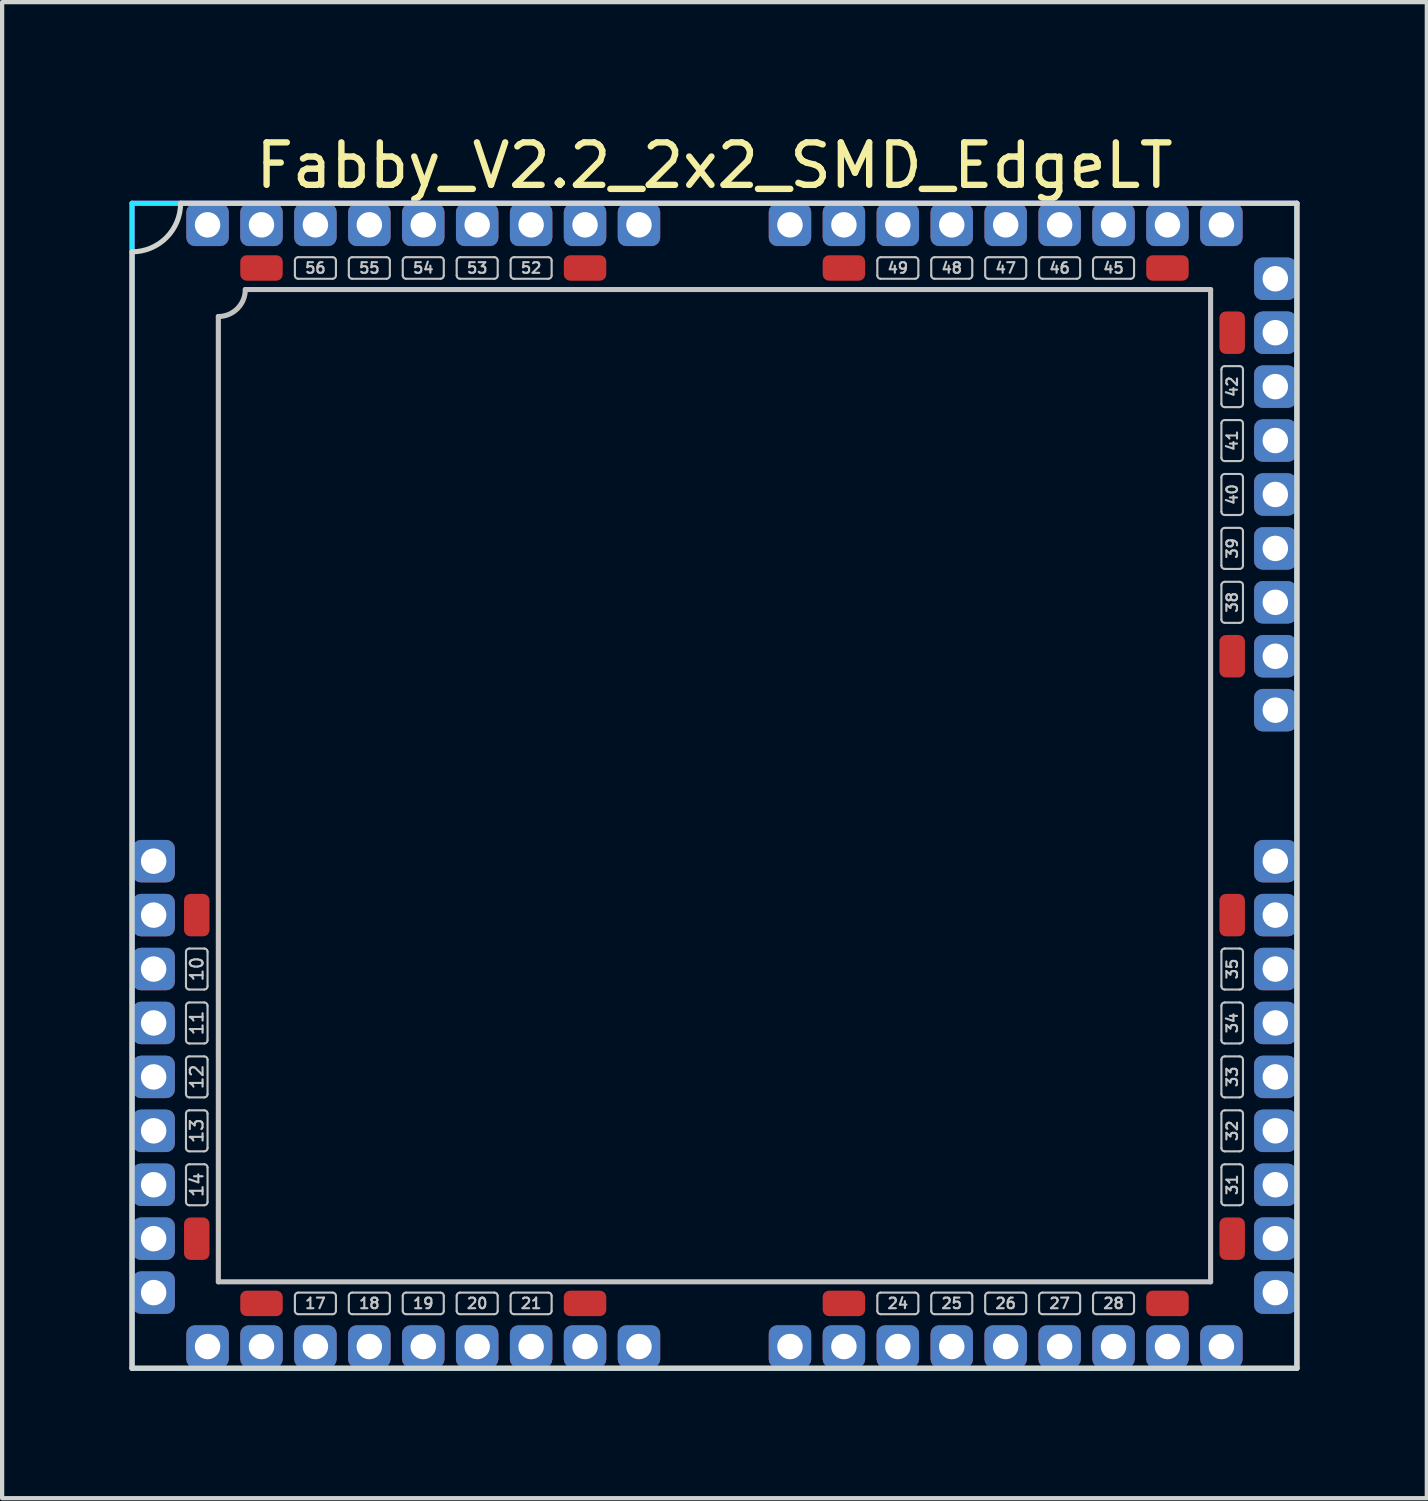
<source format=kicad_pcb>
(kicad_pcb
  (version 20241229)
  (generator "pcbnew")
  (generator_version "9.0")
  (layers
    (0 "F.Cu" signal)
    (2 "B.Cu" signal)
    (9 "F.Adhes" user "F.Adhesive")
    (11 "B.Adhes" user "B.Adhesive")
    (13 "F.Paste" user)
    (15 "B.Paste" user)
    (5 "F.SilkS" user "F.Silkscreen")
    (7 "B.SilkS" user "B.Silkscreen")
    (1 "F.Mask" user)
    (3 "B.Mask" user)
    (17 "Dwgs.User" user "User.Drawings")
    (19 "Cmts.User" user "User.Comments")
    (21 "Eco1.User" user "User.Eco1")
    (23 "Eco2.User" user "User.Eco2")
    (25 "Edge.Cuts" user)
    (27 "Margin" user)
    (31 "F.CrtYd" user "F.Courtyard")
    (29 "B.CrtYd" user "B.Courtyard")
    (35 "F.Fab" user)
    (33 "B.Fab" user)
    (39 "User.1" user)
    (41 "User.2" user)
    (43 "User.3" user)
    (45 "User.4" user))
  (footprint "Fabby_V2.2_2x2_SMD_EdgeLT"
    (layer "F.Cu")
    (at 13.776 15.453)
    (property "Reference" "Fabby_V2.2_2x2_SMD_EdgeLT" (at 0 -14.605 0) (layer "F.SilkS") (effects (font (size 1 1) (thickness 0.15))))
    (attr through_hole)
    (fp_line (start -12.446 4.724) (end -12.446 3.912) (stroke (width 0.05) (type solid)) (layer "Dwgs.User"))
    (fp_line (start -12.446 5.994) (end -12.446 5.182) (stroke (width 0.05) (type solid)) (layer "Dwgs.User"))
    (fp_line (start -12.446 7.264) (end -12.446 6.452) (stroke (width 0.05) (type solid)) (layer "Dwgs.User"))
    (fp_line (start -12.446 8.534) (end -12.446 7.722) (stroke (width 0.05) (type solid)) (layer "Dwgs.User"))
    (fp_line (start -12.446 9.804) (end -12.446 8.992) (stroke (width 0.05) (type solid)) (layer "Dwgs.User"))
    (fp_line (start -12.37 3.835) (end -12.014 3.835) (stroke (width 0.05) (type solid)) (layer "Dwgs.User"))
    (fp_line (start -12.37 4.801) (end -12.014 4.801) (stroke (width 0.05) (type solid)) (layer "Dwgs.User"))
    (fp_line (start -12.37 5.105) (end -12.014 5.105) (stroke (width 0.05) (type solid)) (layer "Dwgs.User"))
    (fp_line (start -12.37 6.071) (end -12.014 6.071) (stroke (width 0.05) (type solid)) (layer "Dwgs.User"))
    (fp_line (start -12.37 6.375) (end -12.014 6.375) (stroke (width 0.05) (type solid)) (layer "Dwgs.User"))
    (fp_line (start -12.37 7.341) (end -12.014 7.341) (stroke (width 0.05) (type solid)) (layer "Dwgs.User"))
    (fp_line (start -12.37 7.645) (end -12.014 7.645) (stroke (width 0.05) (type solid)) (layer "Dwgs.User"))
    (fp_line (start -12.37 8.611) (end -12.014 8.611) (stroke (width 0.05) (type solid)) (layer "Dwgs.User"))
    (fp_line (start -12.37 8.915) (end -12.014 8.915) (stroke (width 0.05) (type solid)) (layer "Dwgs.User"))
    (fp_line (start -12.37 9.881) (end -12.014 9.881) (stroke (width 0.05) (type solid)) (layer "Dwgs.User"))
    (fp_line (start -11.938 4.724) (end -11.938 3.912) (stroke (width 0.05) (type solid)) (layer "Dwgs.User"))
    (fp_line (start -11.938 5.994) (end -11.938 5.182) (stroke (width 0.05) (type solid)) (layer "Dwgs.User"))
    (fp_line (start -11.938 7.264) (end -11.938 6.452) (stroke (width 0.05) (type solid)) (layer "Dwgs.User"))
    (fp_line (start -11.938 8.534) (end -11.938 7.722) (stroke (width 0.05) (type solid)) (layer "Dwgs.User"))
    (fp_line (start -11.938 9.804) (end -11.938 8.992) (stroke (width 0.05) (type solid)) (layer "Dwgs.User"))
    (fp_line (start -11.684 11.684) (end -11.684 -11.049) (stroke (width 0.12) (type solid)) (layer "Dwgs.User"))
    (fp_line (start -11.049 -11.684) (end 11.684 -11.684) (stroke (width 0.12) (type solid)) (layer "Dwgs.User"))
    (fp_line (start -9.881 -12.014) (end -9.881 -12.37) (stroke (width 0.05) (type solid)) (layer "Dwgs.User"))
    (fp_line (start -9.881 12.37) (end -9.881 12.014) (stroke (width 0.05) (type solid)) (layer "Dwgs.User"))
    (fp_line (start -8.992 -12.446) (end -9.804 -12.446) (stroke (width 0.05) (type solid)) (layer "Dwgs.User"))
    (fp_line (start -8.992 -11.938) (end -9.804 -11.938) (stroke (width 0.05) (type solid)) (layer "Dwgs.User"))
    (fp_line (start -8.992 11.938) (end -9.804 11.938) (stroke (width 0.05) (type solid)) (layer "Dwgs.User"))
    (fp_line (start -8.992 12.446) (end -9.804 12.446) (stroke (width 0.05) (type solid)) (layer "Dwgs.User"))
    (fp_line (start -8.915 -12.014) (end -8.915 -12.37) (stroke (width 0.05) (type solid)) (layer "Dwgs.User"))
    (fp_line (start -8.915 12.37) (end -8.915 12.014) (stroke (width 0.05) (type solid)) (layer "Dwgs.User"))
    (fp_line (start -8.611 -12.014) (end -8.611 -12.37) (stroke (width 0.05) (type solid)) (layer "Dwgs.User"))
    (fp_line (start -8.611 12.37) (end -8.611 12.014) (stroke (width 0.05) (type solid)) (layer "Dwgs.User"))
    (fp_line (start -7.722 -12.446) (end -8.534 -12.446) (stroke (width 0.05) (type solid)) (layer "Dwgs.User"))
    (fp_line (start -7.722 -11.938) (end -8.534 -11.938) (stroke (width 0.05) (type solid)) (layer "Dwgs.User"))
    (fp_line (start -7.722 11.938) (end -8.534 11.938) (stroke (width 0.05) (type solid)) (layer "Dwgs.User"))
    (fp_line (start -7.722 12.446) (end -8.534 12.446) (stroke (width 0.05) (type solid)) (layer "Dwgs.User"))
    (fp_line (start -7.645 -12.014) (end -7.645 -12.37) (stroke (width 0.05) (type solid)) (layer "Dwgs.User"))
    (fp_line (start -7.645 12.37) (end -7.645 12.014) (stroke (width 0.05) (type solid)) (layer "Dwgs.User"))
    (fp_line (start -7.341 -12.014) (end -7.341 -12.37) (stroke (width 0.05) (type solid)) (layer "Dwgs.User"))
    (fp_line (start -7.341 12.37) (end -7.341 12.014) (stroke (width 0.05) (type solid)) (layer "Dwgs.User"))
    (fp_line (start -6.452 -12.446) (end -7.264 -12.446) (stroke (width 0.05) (type solid)) (layer "Dwgs.User"))
    (fp_line (start -6.452 -11.938) (end -7.264 -11.938) (stroke (width 0.05) (type solid)) (layer "Dwgs.User"))
    (fp_line (start -6.452 11.938) (end -7.264 11.938) (stroke (width 0.05) (type solid)) (layer "Dwgs.User"))
    (fp_line (start -6.452 12.446) (end -7.264 12.446) (stroke (width 0.05) (type solid)) (layer "Dwgs.User"))
    (fp_line (start -6.375 -12.014) (end -6.375 -12.37) (stroke (width 0.05) (type solid)) (layer "Dwgs.User"))
    (fp_line (start -6.375 12.37) (end -6.375 12.014) (stroke (width 0.05) (type solid)) (layer "Dwgs.User"))
    (fp_line (start -6.071 -12.014) (end -6.071 -12.37) (stroke (width 0.05) (type solid)) (layer "Dwgs.User"))
    (fp_line (start -6.071 12.37) (end -6.071 12.014) (stroke (width 0.05) (type solid)) (layer "Dwgs.User"))
    (fp_line (start -5.182 -12.446) (end -5.994 -12.446) (stroke (width 0.05) (type solid)) (layer "Dwgs.User"))
    (fp_line (start -5.182 -11.938) (end -5.994 -11.938) (stroke (width 0.05) (type solid)) (layer "Dwgs.User"))
    (fp_line (start -5.182 11.938) (end -5.994 11.938) (stroke (width 0.05) (type solid)) (layer "Dwgs.User"))
    (fp_line (start -5.182 12.446) (end -5.994 12.446) (stroke (width 0.05) (type solid)) (layer "Dwgs.User"))
    (fp_line (start -5.105 -12.014) (end -5.105 -12.37) (stroke (width 0.05) (type solid)) (layer "Dwgs.User"))
    (fp_line (start -5.105 12.37) (end -5.105 12.014) (stroke (width 0.05) (type solid)) (layer "Dwgs.User"))
    (fp_line (start -4.801 -12.014) (end -4.801 -12.37) (stroke (width 0.05) (type solid)) (layer "Dwgs.User"))
    (fp_line (start -4.801 12.37) (end -4.801 12.014) (stroke (width 0.05) (type solid)) (layer "Dwgs.User"))
    (fp_line (start -3.912 -12.446) (end -4.724 -12.446) (stroke (width 0.05) (type solid)) (layer "Dwgs.User"))
    (fp_line (start -3.912 -11.938) (end -4.724 -11.938) (stroke (width 0.05) (type solid)) (layer "Dwgs.User"))
    (fp_line (start -3.912 11.938) (end -4.724 11.938) (stroke (width 0.05) (type solid)) (layer "Dwgs.User"))
    (fp_line (start -3.912 12.446) (end -4.724 12.446) (stroke (width 0.05) (type solid)) (layer "Dwgs.User"))
    (fp_line (start -3.835 -12.014) (end -3.835 -12.37) (stroke (width 0.05) (type solid)) (layer "Dwgs.User"))
    (fp_line (start -3.835 12.37) (end -3.835 12.014) (stroke (width 0.05) (type solid)) (layer "Dwgs.User"))
    (fp_line (start 3.835 -12.014) (end 3.835 -12.37) (stroke (width 0.05) (type solid)) (layer "Dwgs.User"))
    (fp_line (start 3.835 12.37) (end 3.835 12.014) (stroke (width 0.05) (type solid)) (layer "Dwgs.User"))
    (fp_line (start 4.724 -12.446) (end 3.912 -12.446) (stroke (width 0.05) (type solid)) (layer "Dwgs.User"))
    (fp_line (start 4.724 -11.938) (end 3.912 -11.938) (stroke (width 0.05) (type solid)) (layer "Dwgs.User"))
    (fp_line (start 4.724 11.938) (end 3.912 11.938) (stroke (width 0.05) (type solid)) (layer "Dwgs.User"))
    (fp_line (start 4.724 12.446) (end 3.912 12.446) (stroke (width 0.05) (type solid)) (layer "Dwgs.User"))
    (fp_line (start 4.801 -12.014) (end 4.801 -12.37) (stroke (width 0.05) (type solid)) (layer "Dwgs.User"))
    (fp_line (start 4.801 12.37) (end 4.801 12.014) (stroke (width 0.05) (type solid)) (layer "Dwgs.User"))
    (fp_line (start 5.105 -12.014) (end 5.105 -12.37) (stroke (width 0.05) (type solid)) (layer "Dwgs.User"))
    (fp_line (start 5.105 12.37) (end 5.105 12.014) (stroke (width 0.05) (type solid)) (layer "Dwgs.User"))
    (fp_line (start 5.994 -12.446) (end 5.182 -12.446) (stroke (width 0.05) (type solid)) (layer "Dwgs.User"))
    (fp_line (start 5.994 -11.938) (end 5.182 -11.938) (stroke (width 0.05) (type solid)) (layer "Dwgs.User"))
    (fp_line (start 5.994 11.938) (end 5.182 11.938) (stroke (width 0.05) (type solid)) (layer "Dwgs.User"))
    (fp_line (start 5.994 12.446) (end 5.182 12.446) (stroke (width 0.05) (type solid)) (layer "Dwgs.User"))
    (fp_line (start 6.071 -12.014) (end 6.071 -12.37) (stroke (width 0.05) (type solid)) (layer "Dwgs.User"))
    (fp_line (start 6.071 12.37) (end 6.071 12.014) (stroke (width 0.05) (type solid)) (layer "Dwgs.User"))
    (fp_line (start 6.375 -12.014) (end 6.375 -12.37) (stroke (width 0.05) (type solid)) (layer "Dwgs.User"))
    (fp_line (start 6.375 12.37) (end 6.375 12.014) (stroke (width 0.05) (type solid)) (layer "Dwgs.User"))
    (fp_line (start 7.264 -12.446) (end 6.452 -12.446) (stroke (width 0.05) (type solid)) (layer "Dwgs.User"))
    (fp_line (start 7.264 -11.938) (end 6.452 -11.938) (stroke (width 0.05) (type solid)) (layer "Dwgs.User"))
    (fp_line (start 7.264 11.938) (end 6.452 11.938) (stroke (width 0.05) (type solid)) (layer "Dwgs.User"))
    (fp_line (start 7.264 12.446) (end 6.452 12.446) (stroke (width 0.05) (type solid)) (layer "Dwgs.User"))
    (fp_line (start 7.341 -12.014) (end 7.341 -12.37) (stroke (width 0.05) (type solid)) (layer "Dwgs.User"))
    (fp_line (start 7.341 12.37) (end 7.341 12.014) (stroke (width 0.05) (type solid)) (layer "Dwgs.User"))
    (fp_line (start 7.645 -12.014) (end 7.645 -12.37) (stroke (width 0.05) (type solid)) (layer "Dwgs.User"))
    (fp_line (start 7.645 12.37) (end 7.645 12.014) (stroke (width 0.05) (type solid)) (layer "Dwgs.User"))
    (fp_line (start 8.534 -12.446) (end 7.722 -12.446) (stroke (width 0.05) (type solid)) (layer "Dwgs.User"))
    (fp_line (start 8.534 -11.938) (end 7.722 -11.938) (stroke (width 0.05) (type solid)) (layer "Dwgs.User"))
    (fp_line (start 8.534 11.938) (end 7.722 11.938) (stroke (width 0.05) (type solid)) (layer "Dwgs.User"))
    (fp_line (start 8.534 12.446) (end 7.722 12.446) (stroke (width 0.05) (type solid)) (layer "Dwgs.User"))
    (fp_line (start 8.611 -12.014) (end 8.611 -12.37) (stroke (width 0.05) (type solid)) (layer "Dwgs.User"))
    (fp_line (start 8.611 12.37) (end 8.611 12.014) (stroke (width 0.05) (type solid)) (layer "Dwgs.User"))
    (fp_line (start 8.915 -12.014) (end 8.915 -12.37) (stroke (width 0.05) (type solid)) (layer "Dwgs.User"))
    (fp_line (start 8.915 12.37) (end 8.915 12.014) (stroke (width 0.05) (type solid)) (layer "Dwgs.User"))
    (fp_line (start 9.804 -12.446) (end 8.992 -12.446) (stroke (width 0.05) (type solid)) (layer "Dwgs.User"))
    (fp_line (start 9.804 -11.938) (end 8.992 -11.938) (stroke (width 0.05) (type solid)) (layer "Dwgs.User"))
    (fp_line (start 9.804 11.938) (end 8.992 11.938) (stroke (width 0.05) (type solid)) (layer "Dwgs.User"))
    (fp_line (start 9.804 12.446) (end 8.992 12.446) (stroke (width 0.05) (type solid)) (layer "Dwgs.User"))
    (fp_line (start 9.881 -12.014) (end 9.881 -12.37) (stroke (width 0.05) (type solid)) (layer "Dwgs.User"))
    (fp_line (start 9.881 12.37) (end 9.881 12.014) (stroke (width 0.05) (type solid)) (layer "Dwgs.User"))
    (fp_line (start 11.684 -11.684) (end 11.684 11.684) (stroke (width 0.12) (type solid)) (layer "Dwgs.User"))
    (fp_line (start 11.684 11.684) (end -11.684 11.684) (stroke (width 0.12) (type solid)) (layer "Dwgs.User"))
    (fp_line (start 11.938 -8.992) (end 11.938 -9.804) (stroke (width 0.05) (type solid)) (layer "Dwgs.User"))
    (fp_line (start 11.938 -7.722) (end 11.938 -8.534) (stroke (width 0.05) (type solid)) (layer "Dwgs.User"))
    (fp_line (start 11.938 -6.452) (end 11.938 -7.264) (stroke (width 0.05) (type solid)) (layer "Dwgs.User"))
    (fp_line (start 11.938 -5.182) (end 11.938 -5.994) (stroke (width 0.05) (type solid)) (layer "Dwgs.User"))
    (fp_line (start 11.938 -3.912) (end 11.938 -4.724) (stroke (width 0.05) (type solid)) (layer "Dwgs.User"))
    (fp_line (start 11.938 4.724) (end 11.938 3.912) (stroke (width 0.05) (type solid)) (layer "Dwgs.User"))
    (fp_line (start 11.938 5.994) (end 11.938 5.182) (stroke (width 0.05) (type solid)) (layer "Dwgs.User"))
    (fp_line (start 11.938 7.264) (end 11.938 6.452) (stroke (width 0.05) (type solid)) (layer "Dwgs.User"))
    (fp_line (start 11.938 8.534) (end 11.938 7.722) (stroke (width 0.05) (type solid)) (layer "Dwgs.User"))
    (fp_line (start 11.938 9.804) (end 11.938 8.992) (stroke (width 0.05) (type solid)) (layer "Dwgs.User"))
    (fp_line (start 12.014 -9.881) (end 12.37 -9.881) (stroke (width 0.05) (type solid)) (layer "Dwgs.User"))
    (fp_line (start 12.014 -8.915) (end 12.37 -8.915) (stroke (width 0.05) (type solid)) (layer "Dwgs.User"))
    (fp_line (start 12.014 -8.611) (end 12.37 -8.611) (stroke (width 0.05) (type solid)) (layer "Dwgs.User"))
    (fp_line (start 12.014 -7.645) (end 12.37 -7.645) (stroke (width 0.05) (type solid)) (layer "Dwgs.User"))
    (fp_line (start 12.014 -7.341) (end 12.37 -7.341) (stroke (width 0.05) (type solid)) (layer "Dwgs.User"))
    (fp_line (start 12.014 -6.375) (end 12.37 -6.375) (stroke (width 0.05) (type solid)) (layer "Dwgs.User"))
    (fp_line (start 12.014 -6.071) (end 12.37 -6.071) (stroke (width 0.05) (type solid)) (layer "Dwgs.User"))
    (fp_line (start 12.014 -5.105) (end 12.37 -5.105) (stroke (width 0.05) (type solid)) (layer "Dwgs.User"))
    (fp_line (start 12.014 -4.801) (end 12.37 -4.801) (stroke (width 0.05) (type solid)) (layer "Dwgs.User"))
    (fp_line (start 12.014 -3.835) (end 12.37 -3.835) (stroke (width 0.05) (type solid)) (layer "Dwgs.User"))
    (fp_line (start 12.014 3.835) (end 12.37 3.835) (stroke (width 0.05) (type solid)) (layer "Dwgs.User"))
    (fp_line (start 12.014 4.801) (end 12.37 4.801) (stroke (width 0.05) (type solid)) (layer "Dwgs.User"))
    (fp_line (start 12.014 5.105) (end 12.37 5.105) (stroke (width 0.05) (type solid)) (layer "Dwgs.User"))
    (fp_line (start 12.014 6.071) (end 12.37 6.071) (stroke (width 0.05) (type solid)) (layer "Dwgs.User"))
    (fp_line (start 12.014 6.375) (end 12.37 6.375) (stroke (width 0.05) (type solid)) (layer "Dwgs.User"))
    (fp_line (start 12.014 7.341) (end 12.37 7.341) (stroke (width 0.05) (type solid)) (layer "Dwgs.User"))
    (fp_line (start 12.014 7.645) (end 12.37 7.645) (stroke (width 0.05) (type solid)) (layer "Dwgs.User"))
    (fp_line (start 12.014 8.611) (end 12.37 8.611) (stroke (width 0.05) (type solid)) (layer "Dwgs.User"))
    (fp_line (start 12.014 8.915) (end 12.37 8.915) (stroke (width 0.05) (type solid)) (layer "Dwgs.User"))
    (fp_line (start 12.014 9.881) (end 12.37 9.881) (stroke (width 0.05) (type solid)) (layer "Dwgs.User"))
    (fp_line (start 12.446 -8.992) (end 12.446 -9.804) (stroke (width 0.05) (type solid)) (layer "Dwgs.User"))
    (fp_line (start 12.446 -7.722) (end 12.446 -8.534) (stroke (width 0.05) (type solid)) (layer "Dwgs.User"))
    (fp_line (start 12.446 -6.452) (end 12.446 -7.264) (stroke (width 0.05) (type solid)) (layer "Dwgs.User"))
    (fp_line (start 12.446 -5.182) (end 12.446 -5.994) (stroke (width 0.05) (type solid)) (layer "Dwgs.User"))
    (fp_line (start 12.446 -3.912) (end 12.446 -4.724) (stroke (width 0.05) (type solid)) (layer "Dwgs.User"))
    (fp_line (start 12.446 4.724) (end 12.446 3.912) (stroke (width 0.05) (type solid)) (layer "Dwgs.User"))
    (fp_line (start 12.446 5.994) (end 12.446 5.182) (stroke (width 0.05) (type solid)) (layer "Dwgs.User"))
    (fp_line (start 12.446 7.264) (end 12.446 6.452) (stroke (width 0.05) (type solid)) (layer "Dwgs.User"))
    (fp_line (start 12.446 8.534) (end 12.446 7.722) (stroke (width 0.05) (type solid)) (layer "Dwgs.User"))
    (fp_line (start 12.446 9.804) (end 12.446 8.992) (stroke (width 0.05) (type solid)) (layer "Dwgs.User"))
    (fp_arc (start -12.446 3.9116) (mid -12.423682 3.857718) (end -12.3698 3.8354) (stroke (width 0.05) (type solid)) (layer "Dwgs.User"))
    (fp_arc (start -12.446 5.1816) (mid -12.423682 5.127718) (end -12.3698 5.1054) (stroke (width 0.05) (type solid)) (layer "Dwgs.User"))
    (fp_arc (start -12.446 6.4516) (mid -12.423682 6.397718) (end -12.3698 6.3754) (stroke (width 0.05) (type solid)) (layer "Dwgs.User"))
    (fp_arc (start -12.446 7.7216) (mid -12.423682 7.667718) (end -12.3698 7.6454) (stroke (width 0.05) (type solid)) (layer "Dwgs.User"))
    (fp_arc (start -12.446 8.9916) (mid -12.423682 8.937718) (end -12.3698 8.9154) (stroke (width 0.05) (type solid)) (layer "Dwgs.User"))
    (fp_arc (start -12.3698 4.8006) (mid -12.423682 4.778282) (end -12.446 4.7244) (stroke (width 0.05) (type solid)) (layer "Dwgs.User"))
    (fp_arc (start -12.3698 6.0706) (mid -12.423682 6.048282) (end -12.446 5.9944) (stroke (width 0.05) (type solid)) (layer "Dwgs.User"))
    (fp_arc (start -12.3698 7.3406) (mid -12.423682 7.318282) (end -12.446 7.2644) (stroke (width 0.05) (type solid)) (layer "Dwgs.User"))
    (fp_arc (start -12.3698 8.6106) (mid -12.423682 8.588282) (end -12.446 8.5344) (stroke (width 0.05) (type solid)) (layer "Dwgs.User"))
    (fp_arc (start -12.3698 9.8806) (mid -12.423682 9.858282) (end -12.446 9.8044) (stroke (width 0.05) (type solid)) (layer "Dwgs.User"))
    (fp_arc (start -12.0142 3.8354) (mid -11.960318 3.857718) (end -11.938 3.9116) (stroke (width 0.05) (type solid)) (layer "Dwgs.User"))
    (fp_arc (start -12.0142 5.1054) (mid -11.960318 5.127718) (end -11.938 5.1816) (stroke (width 0.05) (type solid)) (layer "Dwgs.User"))
    (fp_arc (start -12.0142 6.3754) (mid -11.960318 6.397718) (end -11.938 6.4516) (stroke (width 0.05) (type solid)) (layer "Dwgs.User"))
    (fp_arc (start -12.0142 7.6454) (mid -11.960318 7.667718) (end -11.938 7.7216) (stroke (width 0.05) (type solid)) (layer "Dwgs.User"))
    (fp_arc (start -12.0142 8.9154) (mid -11.960318 8.937718) (end -11.938 8.9916) (stroke (width 0.05) (type solid)) (layer "Dwgs.User"))
    (fp_arc (start -11.938 4.7244) (mid -11.960318 4.778282) (end -12.0142 4.8006) (stroke (width 0.05) (type solid)) (layer "Dwgs.User"))
    (fp_arc (start -11.938 5.9944) (mid -11.960318 6.048282) (end -12.0142 6.0706) (stroke (width 0.05) (type solid)) (layer "Dwgs.User"))
    (fp_arc (start -11.938 7.2644) (mid -11.960318 7.318282) (end -12.0142 7.3406) (stroke (width 0.05) (type solid)) (layer "Dwgs.User"))
    (fp_arc (start -11.938 8.5344) (mid -11.960318 8.588282) (end -12.0142 8.6106) (stroke (width 0.05) (type solid)) (layer "Dwgs.User"))
    (fp_arc (start -11.938 9.8044) (mid -11.960318 9.858282) (end -12.0142 9.8806) (stroke (width 0.05) (type solid)) (layer "Dwgs.User"))
    (fp_arc (start -11.049 -11.684) (mid -11.234987 -11.234987) (end -11.684 -11.049) (stroke (width 0.12) (type solid)) (layer "Dwgs.User"))
    (fp_arc (start -9.8806 -12.3698) (mid -9.858282 -12.423682) (end -9.8044 -12.446) (stroke (width 0.05) (type solid)) (layer "Dwgs.User"))
    (fp_arc (start -9.8806 12.0142) (mid -9.858282 11.960318) (end -9.8044 11.938) (stroke (width 0.05) (type solid)) (layer "Dwgs.User"))
    (fp_arc (start -9.8044 -11.938) (mid -9.858282 -11.960318) (end -9.8806 -12.0142) (stroke (width 0.05) (type solid)) (layer "Dwgs.User"))
    (fp_arc (start -9.8044 12.446) (mid -9.858282 12.423682) (end -9.8806 12.3698) (stroke (width 0.05) (type solid)) (layer "Dwgs.User"))
    (fp_arc (start -8.9916 -12.446) (mid -8.937718 -12.423682) (end -8.9154 -12.3698) (stroke (width 0.05) (type solid)) (layer "Dwgs.User"))
    (fp_arc (start -8.9916 11.938) (mid -8.937718 11.960318) (end -8.9154 12.0142) (stroke (width 0.05) (type solid)) (layer "Dwgs.User"))
    (fp_arc (start -8.9154 -12.0142) (mid -8.937718 -11.960318) (end -8.9916 -11.938) (stroke (width 0.05) (type solid)) (layer "Dwgs.User"))
    (fp_arc (start -8.9154 12.3698) (mid -8.937718 12.423682) (end -8.9916 12.446) (stroke (width 0.05) (type solid)) (layer "Dwgs.User"))
    (fp_arc (start -8.6106 -12.3698) (mid -8.588282 -12.423682) (end -8.5344 -12.446) (stroke (width 0.05) (type solid)) (layer "Dwgs.User"))
    (fp_arc (start -8.6106 12.0142) (mid -8.588282 11.960318) (end -8.5344 11.938) (stroke (width 0.05) (type solid)) (layer "Dwgs.User"))
    (fp_arc (start -8.5344 -11.938) (mid -8.588282 -11.960318) (end -8.6106 -12.0142) (stroke (width 0.05) (type solid)) (layer "Dwgs.User"))
    (fp_arc (start -8.5344 12.446) (mid -8.588282 12.423682) (end -8.6106 12.3698) (stroke (width 0.05) (type solid)) (layer "Dwgs.User"))
    (fp_arc (start -7.7216 -12.446) (mid -7.667718 -12.423682) (end -7.6454 -12.3698) (stroke (width 0.05) (type solid)) (layer "Dwgs.User"))
    (fp_arc (start -7.7216 11.938) (mid -7.667718 11.960318) (end -7.6454 12.0142) (stroke (width 0.05) (type solid)) (layer "Dwgs.User"))
    (fp_arc (start -7.6454 -12.0142) (mid -7.667718 -11.960318) (end -7.7216 -11.938) (stroke (width 0.05) (type solid)) (layer "Dwgs.User"))
    (fp_arc (start -7.6454 12.3698) (mid -7.667718 12.423682) (end -7.7216 12.446) (stroke (width 0.05) (type solid)) (layer "Dwgs.User"))
    (fp_arc (start -7.3406 -12.3698) (mid -7.318282 -12.423682) (end -7.2644 -12.446) (stroke (width 0.05) (type solid)) (layer "Dwgs.User"))
    (fp_arc (start -7.3406 12.0142) (mid -7.318282 11.960318) (end -7.2644 11.938) (stroke (width 0.05) (type solid)) (layer "Dwgs.User"))
    (fp_arc (start -7.2644 -11.938) (mid -7.318282 -11.960318) (end -7.3406 -12.0142) (stroke (width 0.05) (type solid)) (layer "Dwgs.User"))
    (fp_arc (start -7.2644 12.446) (mid -7.318282 12.423682) (end -7.3406 12.3698) (stroke (width 0.05) (type solid)) (layer "Dwgs.User"))
    (fp_arc (start -6.4516 -12.446) (mid -6.397718 -12.423682) (end -6.3754 -12.3698) (stroke (width 0.05) (type solid)) (layer "Dwgs.User"))
    (fp_arc (start -6.4516 11.938) (mid -6.397718 11.960318) (end -6.3754 12.0142) (stroke (width 0.05) (type solid)) (layer "Dwgs.User"))
    (fp_arc (start -6.3754 -12.0142) (mid -6.397718 -11.960318) (end -6.4516 -11.938) (stroke (width 0.05) (type solid)) (layer "Dwgs.User"))
    (fp_arc (start -6.3754 12.3698) (mid -6.397718 12.423682) (end -6.4516 12.446) (stroke (width 0.05) (type solid)) (layer "Dwgs.User"))
    (fp_arc (start -6.0706 -12.3698) (mid -6.048282 -12.423682) (end -5.9944 -12.446) (stroke (width 0.05) (type solid)) (layer "Dwgs.User"))
    (fp_arc (start -6.0706 12.0142) (mid -6.048282 11.960318) (end -5.9944 11.938) (stroke (width 0.05) (type solid)) (layer "Dwgs.User"))
    (fp_arc (start -5.9944 -11.938) (mid -6.048282 -11.960318) (end -6.0706 -12.0142) (stroke (width 0.05) (type solid)) (layer "Dwgs.User"))
    (fp_arc (start -5.9944 12.446) (mid -6.048282 12.423682) (end -6.0706 12.3698) (stroke (width 0.05) (type solid)) (layer "Dwgs.User"))
    (fp_arc (start -5.1816 -12.446) (mid -5.127718 -12.423682) (end -5.1054 -12.3698) (stroke (width 0.05) (type solid)) (layer "Dwgs.User"))
    (fp_arc (start -5.1816 11.938) (mid -5.127718 11.960318) (end -5.1054 12.0142) (stroke (width 0.05) (type solid)) (layer "Dwgs.User"))
    (fp_arc (start -5.1054 -12.0142) (mid -5.127718 -11.960318) (end -5.1816 -11.938) (stroke (width 0.05) (type solid)) (layer "Dwgs.User"))
    (fp_arc (start -5.1054 12.3698) (mid -5.127718 12.423682) (end -5.1816 12.446) (stroke (width 0.05) (type solid)) (layer "Dwgs.User"))
    (fp_arc (start -4.8006 -12.3698) (mid -4.778282 -12.423682) (end -4.7244 -12.446) (stroke (width 0.05) (type solid)) (layer "Dwgs.User"))
    (fp_arc (start -4.8006 12.0142) (mid -4.778282 11.960318) (end -4.7244 11.938) (stroke (width 0.05) (type solid)) (layer "Dwgs.User"))
    (fp_arc (start -4.7244 -11.938) (mid -4.778282 -11.960318) (end -4.8006 -12.0142) (stroke (width 0.05) (type solid)) (layer "Dwgs.User"))
    (fp_arc (start -4.7244 12.446) (mid -4.778282 12.423682) (end -4.8006 12.3698) (stroke (width 0.05) (type solid)) (layer "Dwgs.User"))
    (fp_arc (start -3.9116 -12.446) (mid -3.857718 -12.423682) (end -3.8354 -12.3698) (stroke (width 0.05) (type solid)) (layer "Dwgs.User"))
    (fp_arc (start -3.9116 11.938) (mid -3.857718 11.960318) (end -3.8354 12.0142) (stroke (width 0.05) (type solid)) (layer "Dwgs.User"))
    (fp_arc (start -3.8354 -12.0142) (mid -3.857718 -11.960318) (end -3.9116 -11.938) (stroke (width 0.05) (type solid)) (layer "Dwgs.User"))
    (fp_arc (start -3.8354 12.3698) (mid -3.857718 12.423682) (end -3.9116 12.446) (stroke (width 0.05) (type solid)) (layer "Dwgs.User"))
    (fp_arc (start 3.8354 -12.3698) (mid 3.857718 -12.423682) (end 3.9116 -12.446) (stroke (width 0.05) (type solid)) (layer "Dwgs.User"))
    (fp_arc (start 3.8354 12.0142) (mid 3.857718 11.960318) (end 3.9116 11.938) (stroke (width 0.05) (type solid)) (layer "Dwgs.User"))
    (fp_arc (start 3.9116 -11.938) (mid 3.857718 -11.960318) (end 3.8354 -12.0142) (stroke (width 0.05) (type solid)) (layer "Dwgs.User"))
    (fp_arc (start 3.9116 12.446) (mid 3.857718 12.423682) (end 3.8354 12.3698) (stroke (width 0.05) (type solid)) (layer "Dwgs.User"))
    (fp_arc (start 4.7244 -12.446) (mid 4.778282 -12.423682) (end 4.8006 -12.3698) (stroke (width 0.05) (type solid)) (layer "Dwgs.User"))
    (fp_arc (start 4.7244 11.938) (mid 4.778282 11.960318) (end 4.8006 12.0142) (stroke (width 0.05) (type solid)) (layer "Dwgs.User"))
    (fp_arc (start 4.8006 -12.0142) (mid 4.778282 -11.960318) (end 4.7244 -11.938) (stroke (width 0.05) (type solid)) (layer "Dwgs.User"))
    (fp_arc (start 4.8006 12.3698) (mid 4.778282 12.423682) (end 4.7244 12.446) (stroke (width 0.05) (type solid)) (layer "Dwgs.User"))
    (fp_arc (start 5.1054 -12.3698) (mid 5.127718 -12.423682) (end 5.1816 -12.446) (stroke (width 0.05) (type solid)) (layer "Dwgs.User"))
    (fp_arc (start 5.1054 12.0142) (mid 5.127718 11.960318) (end 5.1816 11.938) (stroke (width 0.05) (type solid)) (layer "Dwgs.User"))
    (fp_arc (start 5.1816 -11.938) (mid 5.127718 -11.960318) (end 5.1054 -12.0142) (stroke (width 0.05) (type solid)) (layer "Dwgs.User"))
    (fp_arc (start 5.1816 12.446) (mid 5.127718 12.423682) (end 5.1054 12.3698) (stroke (width 0.05) (type solid)) (layer "Dwgs.User"))
    (fp_arc (start 5.9944 -12.446) (mid 6.048282 -12.423682) (end 6.0706 -12.3698) (stroke (width 0.05) (type solid)) (layer "Dwgs.User"))
    (fp_arc (start 5.9944 11.938) (mid 6.048282 11.960318) (end 6.0706 12.0142) (stroke (width 0.05) (type solid)) (layer "Dwgs.User"))
    (fp_arc (start 6.0706 -12.0142) (mid 6.048282 -11.960318) (end 5.9944 -11.938) (stroke (width 0.05) (type solid)) (layer "Dwgs.User"))
    (fp_arc (start 6.0706 12.3698) (mid 6.048282 12.423682) (end 5.9944 12.446) (stroke (width 0.05) (type solid)) (layer "Dwgs.User"))
    (fp_arc (start 6.3754 -12.3698) (mid 6.397718 -12.423682) (end 6.4516 -12.446) (stroke (width 0.05) (type solid)) (layer "Dwgs.User"))
    (fp_arc (start 6.3754 12.0142) (mid 6.397718 11.960318) (end 6.4516 11.938) (stroke (width 0.05) (type solid)) (layer "Dwgs.User"))
    (fp_arc (start 6.4516 -11.938) (mid 6.397718 -11.960318) (end 6.3754 -12.0142) (stroke (width 0.05) (type solid)) (layer "Dwgs.User"))
    (fp_arc (start 6.4516 12.446) (mid 6.397718 12.423682) (end 6.3754 12.3698) (stroke (width 0.05) (type solid)) (layer "Dwgs.User"))
    (fp_arc (start 7.2644 -12.446) (mid 7.318282 -12.423682) (end 7.3406 -12.3698) (stroke (width 0.05) (type solid)) (layer "Dwgs.User"))
    (fp_arc (start 7.2644 11.938) (mid 7.318282 11.960318) (end 7.3406 12.0142) (stroke (width 0.05) (type solid)) (layer "Dwgs.User"))
    (fp_arc (start 7.3406 -12.0142) (mid 7.318282 -11.960318) (end 7.2644 -11.938) (stroke (width 0.05) (type solid)) (layer "Dwgs.User"))
    (fp_arc (start 7.3406 12.3698) (mid 7.318282 12.423682) (end 7.2644 12.446) (stroke (width 0.05) (type solid)) (layer "Dwgs.User"))
    (fp_arc (start 7.6454 -12.3698) (mid 7.667718 -12.423682) (end 7.7216 -12.446) (stroke (width 0.05) (type solid)) (layer "Dwgs.User"))
    (fp_arc (start 7.6454 12.0142) (mid 7.667718 11.960318) (end 7.7216 11.938) (stroke (width 0.05) (type solid)) (layer "Dwgs.User"))
    (fp_arc (start 7.7216 -11.938) (mid 7.667718 -11.960318) (end 7.6454 -12.0142) (stroke (width 0.05) (type solid)) (layer "Dwgs.User"))
    (fp_arc (start 7.7216 12.446) (mid 7.667718 12.423682) (end 7.6454 12.3698) (stroke (width 0.05) (type solid)) (layer "Dwgs.User"))
    (fp_arc (start 8.5344 -12.446) (mid 8.588282 -12.423682) (end 8.6106 -12.3698) (stroke (width 0.05) (type solid)) (layer "Dwgs.User"))
    (fp_arc (start 8.5344 11.938) (mid 8.588282 11.960318) (end 8.6106 12.0142) (stroke (width 0.05) (type solid)) (layer "Dwgs.User"))
    (fp_arc (start 8.6106 -12.0142) (mid 8.588282 -11.960318) (end 8.5344 -11.938) (stroke (width 0.05) (type solid)) (layer "Dwgs.User"))
    (fp_arc (start 8.6106 12.3698) (mid 8.588282 12.423682) (end 8.5344 12.446) (stroke (width 0.05) (type solid)) (layer "Dwgs.User"))
    (fp_arc (start 8.9154 -12.3698) (mid 8.937718 -12.423682) (end 8.9916 -12.446) (stroke (width 0.05) (type solid)) (layer "Dwgs.User"))
    (fp_arc (start 8.9154 12.0142) (mid 8.937718 11.960318) (end 8.9916 11.938) (stroke (width 0.05) (type solid)) (layer "Dwgs.User"))
    (fp_arc (start 8.9916 -11.938) (mid 8.937718 -11.960318) (end 8.9154 -12.0142) (stroke (width 0.05) (type solid)) (layer "Dwgs.User"))
    (fp_arc (start 8.9916 12.446) (mid 8.937718 12.423682) (end 8.9154 12.3698) (stroke (width 0.05) (type solid)) (layer "Dwgs.User"))
    (fp_arc (start 9.8044 -12.446) (mid 9.858282 -12.423682) (end 9.8806 -12.3698) (stroke (width 0.05) (type solid)) (layer "Dwgs.User"))
    (fp_arc (start 9.8044 11.938) (mid 9.858282 11.960318) (end 9.8806 12.0142) (stroke (width 0.05) (type solid)) (layer "Dwgs.User"))
    (fp_arc (start 9.8806 -12.0142) (mid 9.858282 -11.960318) (end 9.8044 -11.938) (stroke (width 0.05) (type solid)) (layer "Dwgs.User"))
    (fp_arc (start 9.8806 12.3698) (mid 9.858282 12.423682) (end 9.8044 12.446) (stroke (width 0.05) (type solid)) (layer "Dwgs.User"))
    (fp_arc (start 11.938 -9.8044) (mid 11.960318 -9.858282) (end 12.0142 -9.8806) (stroke (width 0.05) (type solid)) (layer "Dwgs.User"))
    (fp_arc (start 11.938 -8.5344) (mid 11.960318 -8.588282) (end 12.0142 -8.6106) (stroke (width 0.05) (type solid)) (layer "Dwgs.User"))
    (fp_arc (start 11.938 -7.2644) (mid 11.960318 -7.318282) (end 12.0142 -7.3406) (stroke (width 0.05) (type solid)) (layer "Dwgs.User"))
    (fp_arc (start 11.938 -5.9944) (mid 11.960318 -6.048282) (end 12.0142 -6.0706) (stroke (width 0.05) (type solid)) (layer "Dwgs.User"))
    (fp_arc (start 11.938 -4.7244) (mid 11.960318 -4.778282) (end 12.0142 -4.8006) (stroke (width 0.05) (type solid)) (layer "Dwgs.User"))
    (fp_arc (start 11.938 3.9116) (mid 11.960318 3.857718) (end 12.0142 3.8354) (stroke (width 0.05) (type solid)) (layer "Dwgs.User"))
    (fp_arc (start 11.938 5.1816) (mid 11.960318 5.127718) (end 12.0142 5.1054) (stroke (width 0.05) (type solid)) (layer "Dwgs.User"))
    (fp_arc (start 11.938 6.4516) (mid 11.960318 6.397718) (end 12.0142 6.3754) (stroke (width 0.05) (type solid)) (layer "Dwgs.User"))
    (fp_arc (start 11.938 7.7216) (mid 11.960318 7.667718) (end 12.0142 7.6454) (stroke (width 0.05) (type solid)) (layer "Dwgs.User"))
    (fp_arc (start 11.938 8.9916) (mid 11.960318 8.937718) (end 12.0142 8.9154) (stroke (width 0.05) (type solid)) (layer "Dwgs.User"))
    (fp_arc (start 12.0142 -8.9154) (mid 11.960318 -8.937718) (end 11.938 -8.9916) (stroke (width 0.05) (type solid)) (layer "Dwgs.User"))
    (fp_arc (start 12.0142 -7.6454) (mid 11.960318 -7.667718) (end 11.938 -7.7216) (stroke (width 0.05) (type solid)) (layer "Dwgs.User"))
    (fp_arc (start 12.0142 -6.3754) (mid 11.960318 -6.397718) (end 11.938 -6.4516) (stroke (width 0.05) (type solid)) (layer "Dwgs.User"))
    (fp_arc (start 12.0142 -5.1054) (mid 11.960318 -5.127718) (end 11.938 -5.1816) (stroke (width 0.05) (type solid)) (layer "Dwgs.User"))
    (fp_arc (start 12.0142 -3.8354) (mid 11.960318 -3.857718) (end 11.938 -3.9116) (stroke (width 0.05) (type solid)) (layer "Dwgs.User"))
    (fp_arc (start 12.0142 4.8006) (mid 11.960318 4.778282) (end 11.938 4.7244) (stroke (width 0.05) (type solid)) (layer "Dwgs.User"))
    (fp_arc (start 12.0142 6.0706) (mid 11.960318 6.048282) (end 11.938 5.9944) (stroke (width 0.05) (type solid)) (layer "Dwgs.User"))
    (fp_arc (start 12.0142 7.3406) (mid 11.960318 7.318282) (end 11.938 7.2644) (stroke (width 0.05) (type solid)) (layer "Dwgs.User"))
    (fp_arc (start 12.0142 8.6106) (mid 11.960318 8.588282) (end 11.938 8.5344) (stroke (width 0.05) (type solid)) (layer "Dwgs.User"))
    (fp_arc (start 12.0142 9.8806) (mid 11.960318 9.858282) (end 11.938 9.8044) (stroke (width 0.05) (type solid)) (layer "Dwgs.User"))
    (fp_arc (start 12.3698 -9.8806) (mid 12.423682 -9.858282) (end 12.446 -9.8044) (stroke (width 0.05) (type solid)) (layer "Dwgs.User"))
    (fp_arc (start 12.3698 -8.6106) (mid 12.423682 -8.588282) (end 12.446 -8.5344) (stroke (width 0.05) (type solid)) (layer "Dwgs.User"))
    (fp_arc (start 12.3698 -7.3406) (mid 12.423682 -7.318282) (end 12.446 -7.2644) (stroke (width 0.05) (type solid)) (layer "Dwgs.User"))
    (fp_arc (start 12.3698 -6.0706) (mid 12.423682 -6.048282) (end 12.446 -5.9944) (stroke (width 0.05) (type solid)) (layer "Dwgs.User"))
    (fp_arc (start 12.3698 -4.8006) (mid 12.423682 -4.778282) (end 12.446 -4.7244) (stroke (width 0.05) (type solid)) (layer "Dwgs.User"))
    (fp_arc (start 12.3698 3.8354) (mid 12.423682 3.857718) (end 12.446 3.9116) (stroke (width 0.05) (type solid)) (layer "Dwgs.User"))
    (fp_arc (start 12.3698 5.1054) (mid 12.423682 5.127718) (end 12.446 5.1816) (stroke (width 0.05) (type solid)) (layer "Dwgs.User"))
    (fp_arc (start 12.3698 6.3754) (mid 12.423682 6.397718) (end 12.446 6.4516) (stroke (width 0.05) (type solid)) (layer "Dwgs.User"))
    (fp_arc (start 12.3698 7.6454) (mid 12.423682 7.667718) (end 12.446 7.7216) (stroke (width 0.05) (type solid)) (layer "Dwgs.User"))
    (fp_arc (start 12.3698 8.9154) (mid 12.423682 8.937718) (end 12.446 8.9916) (stroke (width 0.05) (type solid)) (layer "Dwgs.User"))
    (fp_arc (start 12.446 -8.9916) (mid 12.423682 -8.937718) (end 12.3698 -8.9154) (stroke (width 0.05) (type solid)) (layer "Dwgs.User"))
    (fp_arc (start 12.446 -7.7216) (mid 12.423682 -7.667718) (end 12.3698 -7.6454) (stroke (width 0.05) (type solid)) (layer "Dwgs.User"))
    (fp_arc (start 12.446 -6.4516) (mid 12.423682 -6.397718) (end 12.3698 -6.3754) (stroke (width 0.05) (type solid)) (layer "Dwgs.User"))
    (fp_arc (start 12.446 -5.1816) (mid 12.423682 -5.127718) (end 12.3698 -5.1054) (stroke (width 0.05) (type solid)) (layer "Dwgs.User"))
    (fp_arc (start 12.446 -3.9116) (mid 12.423682 -3.857718) (end 12.3698 -3.8354) (stroke (width 0.05) (type solid)) (layer "Dwgs.User"))
    (fp_arc (start 12.446 4.7244) (mid 12.423682 4.778282) (end 12.3698 4.8006) (stroke (width 0.05) (type solid)) (layer "Dwgs.User"))
    (fp_arc (start 12.446 5.9944) (mid 12.423682 6.048282) (end 12.3698 6.0706) (stroke (width 0.05) (type solid)) (layer "Dwgs.User"))
    (fp_arc (start 12.446 7.2644) (mid 12.423682 7.318282) (end 12.3698 7.3406) (stroke (width 0.05) (type solid)) (layer "Dwgs.User"))
    (fp_arc (start 12.446 8.5344) (mid 12.423682 8.588282) (end 12.3698 8.6106) (stroke (width 0.05) (type solid)) (layer "Dwgs.User"))
    (fp_arc (start 12.446 9.8044) (mid 12.423682 9.858282) (end 12.3698 9.8806) (stroke (width 0.05) (type solid)) (layer "Dwgs.User"))
    (fp_line (start -13.716 -12.573) (end -13.716 13.72) (stroke (width 0.12) (type solid)) (layer "Edge.Cuts"))
    (fp_line (start -13.716 13.72) (end 13.716 13.72) (stroke (width 0.12) (type solid)) (layer "Edge.Cuts"))
    (fp_line (start -12.573 -13.716) (end 13.716 -13.716) (stroke (width 0.12) (type solid)) (layer "Edge.Cuts"))
    (fp_line (start 13.716 -13.716) (end 13.716 13.72) (stroke (width 0.12) (type solid)) (layer "Edge.Cuts"))
    (fp_arc (start -12.573 -13.716) (mid -12.907777 -12.907777) (end -13.716 -12.573) (stroke (width 0.12) (type solid)) (layer "Edge.Cuts"))
    (fp_line (start -13.716 -13.716) (end 13.716 -13.716) (stroke (width 0.12) (type solid)) (layer "B.CrtYd"))
    (fp_line (start -13.716 13.72) (end -13.716 -13.716) (stroke (width 0.12) (type solid)) (layer "B.CrtYd"))
    (fp_line (start 13.716 -13.716) (end 13.716 13.72) (stroke (width 0.12) (type solid)) (layer "B.CrtYd"))
    (fp_line (start 13.716 13.72) (end -13.716 13.72) (stroke (width 0.12) (type solid)) (layer "B.CrtYd"))
    (fp_line (start -13.716 -13.716) (end 13.716 -13.716) (stroke (width 0.12) (type solid)) (layer "F.CrtYd"))
    (fp_line (start -13.716 13.72) (end -13.716 -13.716) (stroke (width 0.12) (type solid)) (layer "F.CrtYd"))
    (fp_line (start 13.716 -13.716) (end 13.716 13.72) (stroke (width 0.12) (type solid)) (layer "F.CrtYd"))
    (fp_line (start 13.716 13.72) (end -13.716 13.72) (stroke (width 0.12) (type solid)) (layer "F.CrtYd"))
    (fp_text user "42" (at 12.192 -9.398 270) (layer "Dwgs.User") (effects (font (size 0.25 0.25) (thickness 0.05))))
    (fp_text user "24" (at 4.318 12.192 0) (layer "Dwgs.User") (effects (font (size 0.25 0.25) (thickness 0.05))))
    (fp_text user "13" (at -12.192 8.128 90) (layer "Dwgs.User") (effects (font (size 0.3 0.3) (thickness 0.05))))
    (fp_text user "47" (at 6.858 -12.192 0) (layer "Dwgs.User") (effects (font (size 0.25 0.25) (thickness 0.05))))
    (fp_text user "20" (at -5.588 12.192 0) (layer "Dwgs.User") (effects (font (size 0.25 0.25) (thickness 0.05))))
    (fp_text user "18" (at -8.128 12.192 0) (layer "Dwgs.User") (effects (font (size 0.25 0.25) (thickness 0.05))))
    (fp_text user "38" (at 12.192 -4.318 270) (layer "Dwgs.User") (effects (font (size 0.25 0.25) (thickness 0.05))))
    (fp_text user "25" (at 5.588 12.192 0) (layer "Dwgs.User") (effects (font (size 0.25 0.25) (thickness 0.05))))
    (fp_text user "32" (at 12.192 8.128 270) (layer "Dwgs.User") (effects (font (size 0.25 0.25) (thickness 0.05))))
    (fp_text user "41" (at 12.192 -8.128 270) (layer "Dwgs.User") (effects (font (size 0.25 0.25) (thickness 0.05))))
    (fp_text user "27" (at 8.128 12.192 0) (layer "Dwgs.User") (effects (font (size 0.25 0.25) (thickness 0.05))))
    (fp_text user "49" (at 4.318 -12.192 0) (layer "Dwgs.User") (effects (font (size 0.25 0.25) (thickness 0.05))))
    (fp_text user "19" (at -6.858 12.192 0) (layer "Dwgs.User") (effects (font (size 0.25 0.25) (thickness 0.05))))
    (fp_text user "26" (at 6.858 12.192 0) (layer "Dwgs.User") (effects (font (size 0.25 0.25) (thickness 0.05))))
    (fp_text user "35" (at 12.192 4.318 270) (layer "Dwgs.User") (effects (font (size 0.25 0.25) (thickness 0.05))))
    (fp_text user "17" (at -9.398 12.192 0) (layer "Dwgs.User") (effects (font (size 0.25 0.25) (thickness 0.05))))
    (fp_text user "55" (at -8.128 -12.192 0) (layer "Dwgs.User") (effects (font (size 0.25 0.25) (thickness 0.05))))
    (fp_text user "45" (at 9.398 -12.192 0) (layer "Dwgs.User") (effects (font (size 0.25 0.25) (thickness 0.05))))
    (fp_text user "14" (at -12.192 9.398 90) (layer "Dwgs.User") (effects (font (size 0.3 0.3) (thickness 0.05))))
    (fp_text user "28" (at 9.398 12.192 0) (layer "Dwgs.User") (effects (font (size 0.25 0.25) (thickness 0.05))))
    (fp_text user "34" (at 12.192 5.588 270) (layer "Dwgs.User") (effects (font (size 0.25 0.25) (thickness 0.05))))
    (fp_text user "56" (at -9.398 -12.192 0) (layer "Dwgs.User") (effects (font (size 0.25 0.25) (thickness 0.05))))
    (fp_text user "39" (at 12.192 -5.588 270) (layer "Dwgs.User") (effects (font (size 0.25 0.25) (thickness 0.05))))
    (fp_text user "12" (at -12.192 6.858 90) (layer "Dwgs.User") (effects (font (size 0.3 0.3) (thickness 0.05))))
    (fp_text user "52" (at -4.318 -12.192 0) (layer "Dwgs.User") (effects (font (size 0.25 0.25) (thickness 0.05))))
    (fp_text user "31" (at 12.192 9.398 270) (layer "Dwgs.User") (effects (font (size 0.25 0.25) (thickness 0.05))))
    (fp_text user "48" (at 5.588 -12.192 0) (layer "Dwgs.User") (effects (font (size 0.25 0.25) (thickness 0.05))))
    (fp_text user "53" (at -5.588 -12.192 0) (layer "Dwgs.User") (effects (font (size 0.25 0.25) (thickness 0.05))))
    (fp_text user "10" (at -12.192 4.318 90) (layer "Dwgs.User") (effects (font (size 0.3 0.3) (thickness 0.05))))
    (fp_text user "54" (at -6.858 -12.192 0) (layer "Dwgs.User") (effects (font (size 0.25 0.25) (thickness 0.05))))
    (fp_text user "46" (at 8.128 -12.192 0) (layer "Dwgs.User") (effects (font (size 0.25 0.25) (thickness 0.05))))
    (fp_text user "11" (at -12.192 5.588 90) (layer "Dwgs.User") (effects (font (size 0.3 0.3) (thickness 0.05))))
    (fp_text user "40" (at 12.192 -6.858 270) (layer "Dwgs.User") (effects (font (size 0.25 0.25) (thickness 0.05))))
    (fp_text user "33" (at 12.192 6.858 270) (layer "Dwgs.User") (effects (font (size 0.25 0.25) (thickness 0.05))))
    (fp_text user "21" (at -4.318 12.192 0) (layer "Dwgs.User") (effects (font (size 0.25 0.25) (thickness 0.05))))
    (pad "" thru_hole roundrect (at -13.208 3.048 270) (size 1 1) (drill 0.6) (layers "*.Cu" "*.Mask") (roundrect_rratio 0.2))
    (pad "" thru_hole roundrect (at -13.208 10.668 270) (size 1 1) (drill 0.6) (layers "*.Cu" "*.Mask") (roundrect_rratio 0.2))
    (pad "" thru_hole roundrect (at -10.668 -13.208 270) (size 1 1) (drill 0.6) (layers "*.Cu" "*.Mask") (roundrect_rratio 0.2))
    (pad "" thru_hole roundrect (at -10.668 13.208 270) (size 1 1) (drill 0.6) (layers "*.Cu" "*.Mask") (roundrect_rratio 0.2))
    (pad "" thru_hole roundrect (at -3.048 -13.208 270) (size 1 1) (drill 0.6) (layers "*.Cu" "*.Mask") (roundrect_rratio 0.2))
    (pad "" thru_hole roundrect (at -3.048 13.208 270) (size 1 1) (drill 0.6) (layers "*.Cu" "*.Mask") (roundrect_rratio 0.2))
    (pad "" thru_hole roundrect (at 3.048 -13.208 270) (size 1 1) (drill 0.6) (layers "*.Cu" "*.Mask") (roundrect_rratio 0.2))
    (pad "" thru_hole roundrect (at 3.048 13.208 270) (size 1 1) (drill 0.6) (layers "*.Cu" "*.Mask") (roundrect_rratio 0.2))
    (pad "" thru_hole roundrect (at 10.668 -13.208 270) (size 1 1) (drill 0.6) (layers "*.Cu" "*.Mask") (roundrect_rratio 0.2))
    (pad "" thru_hole roundrect (at 10.668 13.208 270) (size 1 1) (drill 0.6) (layers "*.Cu" "*.Mask") (roundrect_rratio 0.2))
    (pad "" thru_hole roundrect (at 13.208 -10.668 270) (size 1 1) (drill 0.6) (layers "*.Cu" "*.Mask") (roundrect_rratio 0.2))
    (pad "" thru_hole roundrect (at 13.208 -3.048 270) (size 1 1) (drill 0.6) (layers "*.Cu" "*.Mask") (roundrect_rratio 0.2))
    (pad "" thru_hole roundrect (at 13.208 3.048 270) (size 1 1) (drill 0.6) (layers "*.Cu" "*.Mask") (roundrect_rratio 0.2))
    (pad "" thru_hole roundrect (at 13.208 10.668 270) (size 1 1) (drill 0.6) (layers "*.Cu" "*.Mask") (roundrect_rratio 0.2))
    (pad "1" thru_hole roundrect (at -13.208 1.778 270) (size 1 1) (drill 0.6) (layers "*.Cu" "*.Mask") (roundrect_rratio 0.2))
    (pad "1" thru_hole roundrect (at -13.208 11.938 270) (size 1 1) (drill 0.6) (layers "*.Cu" "*.Mask") (roundrect_rratio 0.2))
    (pad "1" thru_hole roundrect (at -11.938 -13.208 270) (size 1 1) (drill 0.6) (layers "*.Cu" "*.Mask") (roundrect_rratio 0.2))
    (pad "1" thru_hole roundrect (at -11.938 13.208 270) (size 1 1) (drill 0.6) (layers "*.Cu" "*.Mask") (roundrect_rratio 0.2))
    (pad "1" thru_hole roundrect (at -1.778 -13.208 270) (size 1 1) (drill 0.6) (layers "*.Cu" "*.Mask") (roundrect_rratio 0.2))
    (pad "1" thru_hole roundrect (at -1.778 13.208 270) (size 1 1) (drill 0.6) (layers "*.Cu" "*.Mask") (roundrect_rratio 0.2))
    (pad "1" thru_hole roundrect (at 1.778 -13.208 270) (size 1 1) (drill 0.6) (layers "*.Cu" "*.Mask") (roundrect_rratio 0.2))
    (pad "1" thru_hole roundrect (at 1.778 13.208 270) (size 1 1) (drill 0.6) (layers "*.Cu" "*.Mask") (roundrect_rratio 0.2))
    (pad "1" thru_hole roundrect (at 11.938 -13.208 270) (size 1 1) (drill 0.6) (layers "*.Cu" "*.Mask") (roundrect_rratio 0.2))
    (pad "1" thru_hole roundrect (at 11.938 13.208 270) (size 1 1) (drill 0.6) (layers "*.Cu" "*.Mask") (roundrect_rratio 0.2))
    (pad "1" thru_hole roundrect (at 13.208 -11.938 270) (size 1 1) (drill 0.6) (layers "*.Cu" "*.Mask") (roundrect_rratio 0.2))
    (pad "1" thru_hole roundrect (at 13.208 -1.778 270) (size 1 1) (drill 0.6) (layers "*.Cu" "*.Mask") (roundrect_rratio 0.2))
    (pad "1" thru_hole roundrect (at 13.208 1.778 270) (size 1 1) (drill 0.6) (layers "*.Cu" "*.Mask") (roundrect_rratio 0.2))
    (pad "1" thru_hole roundrect (at 13.208 11.938 270) (size 1 1) (drill 0.6) (layers "*.Cu" "*.Mask") (roundrect_rratio 0.2))
    (pad "9" smd roundrect (at -12.192 3.048) (size 0.6 1) (layers "F.Cu" "F.Mask" "F.Paste") (roundrect_rratio 0.25))
    (pad "10" thru_hole roundrect (at -13.208 4.318 270) (size 1 1) (drill 0.6) (layers "*.Cu" "*.Mask") (roundrect_rratio 0.2))
    (pad "11" thru_hole roundrect (at -13.208 5.588 270) (size 1 1) (drill 0.6) (layers "*.Cu" "*.Mask") (roundrect_rratio 0.2))
    (pad "12" thru_hole roundrect (at -13.208 6.858 270) (size 1 1) (drill 0.6) (layers "*.Cu" "*.Mask") (roundrect_rratio 0.2))
    (pad "13" thru_hole roundrect (at -13.208 8.128 270) (size 1 1) (drill 0.6) (layers "*.Cu" "*.Mask") (roundrect_rratio 0.2))
    (pad "14" thru_hole roundrect (at -13.208 9.398 270) (size 1 1) (drill 0.6) (layers "*.Cu" "*.Mask") (roundrect_rratio 0.2))
    (pad "15" smd roundrect (at -12.192 10.668) (size 0.6 1) (layers "F.Cu" "F.Mask" "F.Paste") (roundrect_rratio 0.25))
    (pad "16" smd roundrect (at -10.668 12.192 90) (size 0.6 1) (layers "F.Cu" "F.Mask" "F.Paste") (roundrect_rratio 0.25))
    (pad "17" thru_hole roundrect (at -9.398 13.208 270) (size 1 1) (drill 0.6) (layers "*.Cu" "*.Mask") (roundrect_rratio 0.2))
    (pad "18" thru_hole roundrect (at -8.128 13.208 270) (size 1 1) (drill 0.6) (layers "*.Cu" "*.Mask") (roundrect_rratio 0.2))
    (pad "19" thru_hole roundrect (at -6.858 13.208 270) (size 1 1) (drill 0.6) (layers "*.Cu" "*.Mask") (roundrect_rratio 0.2))
    (pad "20" thru_hole roundrect (at -5.588 13.208 270) (size 1 1) (drill 0.6) (layers "*.Cu" "*.Mask") (roundrect_rratio 0.2))
    (pad "21" thru_hole roundrect (at -4.318 13.208 270) (size 1 1) (drill 0.6) (layers "*.Cu" "*.Mask") (roundrect_rratio 0.2))
    (pad "22" smd roundrect (at -3.048 12.192 90) (size 0.6 1) (layers "F.Cu" "F.Mask" "F.Paste") (roundrect_rratio 0.25))
    (pad "23" smd roundrect (at 3.048 12.192 90) (size 0.6 1) (layers "F.Cu" "F.Mask" "F.Paste") (roundrect_rratio 0.25))
    (pad "24" thru_hole roundrect (at 4.318 13.208 270) (size 1 1) (drill 0.6) (layers "*.Cu" "*.Mask") (roundrect_rratio 0.2))
    (pad "25" thru_hole roundrect (at 5.588 13.208 270) (size 1 1) (drill 0.6) (layers "*.Cu" "*.Mask") (roundrect_rratio 0.2))
    (pad "26" thru_hole roundrect (at 6.858 13.208 270) (size 1 1) (drill 0.6) (layers "*.Cu" "*.Mask") (roundrect_rratio 0.2))
    (pad "27" thru_hole roundrect (at 8.128 13.208 270) (size 1 1) (drill 0.6) (layers "*.Cu" "*.Mask") (roundrect_rratio 0.2))
    (pad "28" thru_hole roundrect (at 9.398 13.208 270) (size 1 1) (drill 0.6) (layers "*.Cu" "*.Mask") (roundrect_rratio 0.2))
    (pad "29" smd roundrect (at 10.668 12.192 90) (size 0.6 1) (layers "F.Cu" "F.Mask" "F.Paste") (roundrect_rratio 0.25))
    (pad "30" smd roundrect (at 12.192 10.668 180) (size 0.6 1) (layers "F.Cu" "F.Mask" "F.Paste") (roundrect_rratio 0.25))
    (pad "31" thru_hole roundrect (at 13.208 9.398 270) (size 1 1) (drill 0.6) (layers "*.Cu" "*.Mask") (roundrect_rratio 0.2))
    (pad "32" thru_hole roundrect (at 13.208 8.128 270) (size 1 1) (drill 0.6) (layers "*.Cu" "*.Mask") (roundrect_rratio 0.2))
    (pad "33" thru_hole roundrect (at 13.208 6.858 270) (size 1 1) (drill 0.6) (layers "*.Cu" "*.Mask") (roundrect_rratio 0.2))
    (pad "34" thru_hole roundrect (at 13.208 5.588 270) (size 1 1) (drill 0.6) (layers "*.Cu" "*.Mask") (roundrect_rratio 0.2))
    (pad "35" thru_hole roundrect (at 13.208 4.318 270) (size 1 1) (drill 0.6) (layers "*.Cu" "*.Mask") (roundrect_rratio 0.2))
    (pad "36" smd roundrect (at 12.192 3.048 180) (size 0.6 1) (layers "F.Cu" "F.Mask" "F.Paste") (roundrect_rratio 0.25))
    (pad "37" smd roundrect (at 12.192 -3.048 180) (size 0.6 1) (layers "F.Cu" "F.Mask" "F.Paste") (roundrect_rratio 0.25))
    (pad "38" thru_hole roundrect (at 13.208 -4.318 270) (size 1 1) (drill 0.6) (layers "*.Cu" "*.Mask") (roundrect_rratio 0.2))
    (pad "39" thru_hole roundrect (at 13.208 -5.588 270) (size 1 1) (drill 0.6) (layers "*.Cu" "*.Mask") (roundrect_rratio 0.2))
    (pad "40" thru_hole roundrect (at 13.208 -6.858 270) (size 1 1) (drill 0.6) (layers "*.Cu" "*.Mask") (roundrect_rratio 0.2))
    (pad "41" thru_hole roundrect (at 13.208 -8.128 270) (size 1 1) (drill 0.6) (layers "*.Cu" "*.Mask") (roundrect_rratio 0.2))
    (pad "42" thru_hole roundrect (at 13.208 -9.398 270) (size 1 1) (drill 0.6) (layers "*.Cu" "*.Mask") (roundrect_rratio 0.2))
    (pad "43" smd roundrect (at 12.192 -10.668 180) (size 0.6 1) (layers "F.Cu" "F.Mask" "F.Paste") (roundrect_rratio 0.25))
    (pad "44" smd roundrect (at 10.668 -12.192 270) (size 0.6 1) (layers "F.Cu" "F.Mask" "F.Paste") (roundrect_rratio 0.25))
    (pad "45" thru_hole roundrect (at 9.398 -13.208 270) (size 1 1) (drill 0.6) (layers "*.Cu" "*.Mask") (roundrect_rratio 0.2))
    (pad "46" thru_hole roundrect (at 8.128 -13.208 270) (size 1 1) (drill 0.6) (layers "*.Cu" "*.Mask") (roundrect_rratio 0.2))
    (pad "47" thru_hole roundrect (at 6.858 -13.208 270) (size 1 1) (drill 0.6) (layers "*.Cu" "*.Mask") (roundrect_rratio 0.2))
    (pad "48" thru_hole roundrect (at 5.588 -13.208 270) (size 1 1) (drill 0.6) (layers "*.Cu" "*.Mask") (roundrect_rratio 0.2))
    (pad "49" thru_hole roundrect (at 4.318 -13.208 270) (size 1 1) (drill 0.6) (layers "*.Cu" "*.Mask") (roundrect_rratio 0.2))
    (pad "50" smd roundrect (at 3.048 -12.192 270) (size 0.6 1) (layers "F.Cu" "F.Mask" "F.Paste") (roundrect_rratio 0.25))
    (pad "51" smd roundrect (at -3.048 -12.192 270) (size 0.6 1) (layers "F.Cu" "F.Mask" "F.Paste") (roundrect_rratio 0.25))
    (pad "52" thru_hole roundrect (at -4.318 -13.208 270) (size 1 1) (drill 0.6) (layers "*.Cu" "*.Mask") (roundrect_rratio 0.2))
    (pad "53" thru_hole roundrect (at -5.588 -13.208 270) (size 1 1) (drill 0.6) (layers "*.Cu" "*.Mask") (roundrect_rratio 0.2))
    (pad "54" thru_hole roundrect (at -6.858 -13.208 270) (size 1 1) (drill 0.6) (layers "*.Cu" "*.Mask") (roundrect_rratio 0.2))
    (pad "55" thru_hole roundrect (at -8.128 -13.208 270) (size 1 1) (drill 0.6) (layers "*.Cu" "*.Mask") (roundrect_rratio 0.2))
    (pad "56" thru_hole roundrect (at -9.398 -13.208 270) (size 1 1) (drill 0.6) (layers "*.Cu" "*.Mask") (roundrect_rratio 0.2))
    (pad "57" smd roundrect (at -10.668 -12.192 270) (size 0.6 1) (layers "F.Cu" "F.Mask" "F.Paste") (roundrect_rratio 0.25)))
  (gr_rect
    (start -3 -3)
    (end 30.552 32.233)
    (stroke (width 0.1) (type default))
    (fill no)
    (layer "Edge.Cuts")))
</source>
